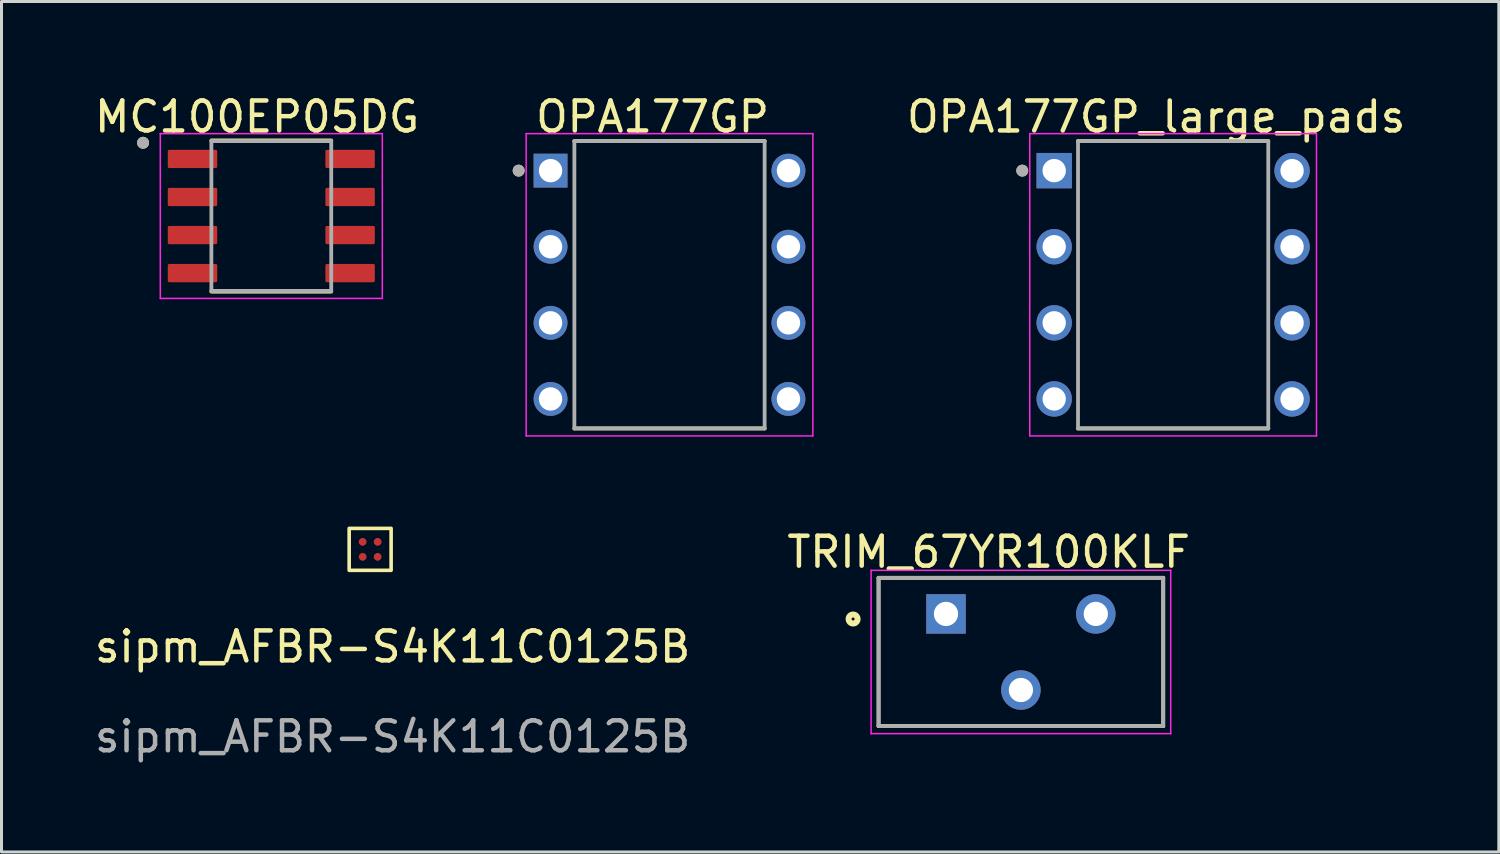
<source format=kicad_pcb>
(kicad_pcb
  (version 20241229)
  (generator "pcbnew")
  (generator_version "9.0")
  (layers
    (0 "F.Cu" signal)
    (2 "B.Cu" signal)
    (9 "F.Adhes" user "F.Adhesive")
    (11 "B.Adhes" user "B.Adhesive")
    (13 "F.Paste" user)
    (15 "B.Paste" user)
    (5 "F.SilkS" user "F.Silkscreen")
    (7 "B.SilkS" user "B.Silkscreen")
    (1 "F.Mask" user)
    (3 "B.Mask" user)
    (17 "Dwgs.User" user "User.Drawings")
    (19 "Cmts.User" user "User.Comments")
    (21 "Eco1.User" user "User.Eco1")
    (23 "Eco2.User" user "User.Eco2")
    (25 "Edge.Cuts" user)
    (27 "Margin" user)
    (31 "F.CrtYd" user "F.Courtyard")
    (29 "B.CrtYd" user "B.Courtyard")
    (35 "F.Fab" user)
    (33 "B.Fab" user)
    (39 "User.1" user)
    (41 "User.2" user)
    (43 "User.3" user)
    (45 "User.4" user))
  (footprint "OPA177GP"
    (layer "F.Cu")
    (at 19.295 6.455)
    (property "Reference" "OPA177GP" (at -0.565 -5.607 0) (layer "F.SilkS") (effects (font (size 1 1) (thickness 0.15))))
    (attr through_hole)
    (fp_line (start -3.175 -4.795) (end 3.175 -4.795) (stroke (width 0.127) (type solid)) (layer "F.SilkS"))
    (fp_line (start -3.175 4.795) (end 3.175 4.795) (stroke (width 0.127) (type solid)) (layer "F.SilkS"))
    (fp_circle (center -5.035 -3.81) (end -4.935 -3.81) (stroke (width 0.2) (type solid)) (fill no) (layer "F.SilkS"))
    (fp_line (start -4.785 -5.045) (end -4.785 5.045) (stroke (width 0.05) (type solid)) (layer "F.CrtYd"))
    (fp_line (start 4.785 -5.045) (end -4.785 -5.045) (stroke (width 0.05) (type solid)) (layer "F.CrtYd"))
    (fp_line (start 4.785 -5.045) (end 4.785 5.045) (stroke (width 0.05) (type solid)) (layer "F.CrtYd"))
    (fp_line (start 4.785 5.045) (end -4.785 5.045) (stroke (width 0.05) (type solid)) (layer "F.CrtYd"))
    (fp_line (start -3.175 -4.795) (end -3.175 4.795) (stroke (width 0.127) (type solid)) (layer "F.Fab"))
    (fp_line (start -3.175 -4.795) (end 3.175 -4.795) (stroke (width 0.127) (type solid)) (layer "F.Fab"))
    (fp_line (start -3.175 4.795) (end 3.175 4.795) (stroke (width 0.127) (type solid)) (layer "F.Fab"))
    (fp_line (start 3.175 -4.795) (end 3.175 4.795) (stroke (width 0.127) (type solid)) (layer "F.Fab"))
    (fp_circle (center -5.035 -3.81) (end -4.935 -3.81) (stroke (width 0.2) (type solid)) (fill no) (layer "F.Fab"))
    (pad "1" thru_hole rect (at -3.97 -3.81) (size 1.13 1.13) (drill 0.78) (layers "*.Cu" "*.Mask"))
    (pad "2" thru_hole circle (at -3.97 -1.27) (size 1.13 1.13) (drill 0.78) (layers "*.Cu" "*.Mask"))
    (pad "3" thru_hole circle (at -3.97 1.27) (size 1.13 1.13) (drill 0.78) (layers "*.Cu" "*.Mask"))
    (pad "4" thru_hole circle (at -3.97 3.81) (size 1.13 1.13) (drill 0.78) (layers "*.Cu" "*.Mask"))
    (pad "5" thru_hole circle (at 3.97 3.81) (size 1.13 1.13) (drill 0.78) (layers "*.Cu" "*.Mask"))
    (pad "6" thru_hole circle (at 3.97 1.27) (size 1.13 1.13) (drill 0.78) (layers "*.Cu" "*.Mask"))
    (pad "7" thru_hole circle (at 3.97 -1.27) (size 1.13 1.13) (drill 0.78) (layers "*.Cu" "*.Mask"))
    (pad "8" thru_hole circle (at 3.97 -3.81) (size 1.13 1.13) (drill 0.78) (layers "*.Cu" "*.Mask")))
  (footprint "TRIM_67YR100KLF"
    (layer "F.Cu")
    (at 31.023 18.71)
    (property "Reference" "TRIM_67YR100KLF" (at -1.075 -3.336 0) (layer "F.SilkS") (effects (font (size 1 1) (thickness 0.15))))
    (attr through_hole)
    (fp_line (start -4.75 2.475) (end -4.75 -2.475) (stroke (width 0.127) (type solid)) (layer "F.SilkS"))
    (fp_line (start 4.75 -2.475) (end -4.75 -2.475) (stroke (width 0.127) (type solid)) (layer "F.SilkS"))
    (fp_line (start 4.75 2.475) (end -4.75 2.475) (stroke (width 0.127) (type solid)) (layer "F.SilkS"))
    (fp_line (start 4.75 2.475) (end 4.75 -2.475) (stroke (width 0.127) (type solid)) (layer "F.SilkS"))
    (fp_circle (center -5.6 -1.1) (end -5.45 -1.1) (stroke (width 0.2) (type solid)) (fill no) (layer "F.SilkS"))
    (fp_line (start -5 -2.725) (end 5 -2.725) (stroke (width 0.05) (type solid)) (layer "F.CrtYd"))
    (fp_line (start -5 2.725) (end -5 -2.725) (stroke (width 0.05) (type solid)) (layer "F.CrtYd"))
    (fp_line (start 5 -2.725) (end 5 2.725) (stroke (width 0.05) (type solid)) (layer "F.CrtYd"))
    (fp_line (start 5 2.725) (end -5 2.725) (stroke (width 0.05) (type solid)) (layer "F.CrtYd"))
    (fp_line (start -4.75 2.475) (end -4.75 -2.475) (stroke (width 0.127) (type solid)) (layer "F.Fab"))
    (fp_line (start 4.75 -2.475) (end -4.75 -2.475) (stroke (width 0.127) (type solid)) (layer "F.Fab"))
    (fp_line (start 4.75 2.475) (end -4.75 2.475) (stroke (width 0.127) (type solid)) (layer "F.Fab"))
    (fp_line (start 4.75 2.475) (end 4.75 -2.475) (stroke (width 0.127) (type solid)) (layer "F.Fab"))
    (pad "1" thru_hole rect (at -2.5 -1.27) (size 1.318 1.318) (drill 0.81) (layers "*.Cu" "*.Mask"))
    (pad "2" thru_hole circle (at 0 1.27) (size 1.318 1.318) (drill 0.81) (layers "*.Cu" "*.Mask"))
    (pad "3" thru_hole circle (at 2.5 -1.27) (size 1.318 1.318) (drill 0.81) (layers "*.Cu" "*.Mask")))
  (footprint "MC100EP05DG"
    (layer "F.Cu")
    (at 6.005 4.16)
    (property "Reference" "MC100EP05DG" (at -0.475 -3.312 0) (layer "F.SilkS") (effects (font (size 1 1) (thickness 0.15))))
    (attr smd)
    (fp_line (start -2 -2.523) (end 2 -2.523) (stroke (width 0.127) (type solid)) (layer "F.SilkS"))
    (fp_line (start -2 2.523) (end 2 2.523) (stroke (width 0.127) (type solid)) (layer "F.SilkS"))
    (fp_circle (center -4.28 -2.445) (end -4.18 -2.445) (stroke (width 0.2) (type solid)) (fill no) (layer "F.SilkS"))
    (fp_line (start -3.705 -2.75) (end -3.705 2.75) (stroke (width 0.05) (type solid)) (layer "F.CrtYd"))
    (fp_line (start -3.705 -2.75) (end 3.705 -2.75) (stroke (width 0.05) (type solid)) (layer "F.CrtYd"))
    (fp_line (start -3.705 2.75) (end 3.705 2.75) (stroke (width 0.05) (type solid)) (layer "F.CrtYd"))
    (fp_line (start 3.705 -2.75) (end 3.705 2.75) (stroke (width 0.05) (type solid)) (layer "F.CrtYd"))
    (fp_line (start -2 -2.5) (end -2 2.5) (stroke (width 0.127) (type solid)) (layer "F.Fab"))
    (fp_line (start -2 -2.5) (end 2 -2.5) (stroke (width 0.127) (type solid)) (layer "F.Fab"))
    (fp_line (start -2 2.5) (end 2 2.5) (stroke (width 0.127) (type solid)) (layer "F.Fab"))
    (fp_line (start 2 -2.5) (end 2 2.5) (stroke (width 0.127) (type solid)) (layer "F.Fab"))
    (fp_circle (center -4.28 -2.445) (end -4.18 -2.445) (stroke (width 0.2) (type solid)) (fill no) (layer "F.Fab"))
    (pad "1" smd roundrect (at -2.63 -1.905) (size 1.65 0.61) (layers "F.Cu" "F.Mask" "F.Paste") (roundrect_rratio 0.08))
    (pad "2" smd roundrect (at -2.63 -0.635) (size 1.65 0.61) (layers "F.Cu" "F.Mask" "F.Paste") (roundrect_rratio 0.08))
    (pad "3" smd roundrect (at -2.63 0.635) (size 1.65 0.61) (layers "F.Cu" "F.Mask" "F.Paste") (roundrect_rratio 0.08))
    (pad "4" smd roundrect (at -2.63 1.905) (size 1.65 0.61) (layers "F.Cu" "F.Mask" "F.Paste") (roundrect_rratio 0.08))
    (pad "5" smd roundrect (at 2.63 1.905) (size 1.65 0.61) (layers "F.Cu" "F.Mask" "F.Paste") (roundrect_rratio 0.08))
    (pad "6" smd roundrect (at 2.63 0.635) (size 1.65 0.61) (layers "F.Cu" "F.Mask" "F.Paste") (roundrect_rratio 0.08))
    (pad "7" smd roundrect (at 2.63 -0.635) (size 1.65 0.61) (layers "F.Cu" "F.Mask" "F.Paste") (roundrect_rratio 0.08))
    (pad "8" smd roundrect (at 2.63 -1.905) (size 1.65 0.61) (layers "F.Cu" "F.Mask" "F.Paste") (roundrect_rratio 0.08)))
  (footprint "OPA177GP_large_pads"
    (layer "F.Cu")
    (at 36.104 6.455)
    (property "Reference" "OPA177GP_large_pads" (at -0.565 -5.607 0) (layer "F.SilkS") (effects (font (size 1 1) (thickness 0.15))))
    (attr through_hole)
    (fp_line (start -3.175 -4.795) (end 3.175 -4.795) (stroke (width 0.127) (type solid)) (layer "F.SilkS"))
    (fp_line (start -3.175 4.795) (end 3.175 4.795) (stroke (width 0.127) (type solid)) (layer "F.SilkS"))
    (fp_circle (center -5.035 -3.81) (end -4.935 -3.81) (stroke (width 0.2) (type solid)) (fill no) (layer "F.SilkS"))
    (fp_line (start -4.785 -5.045) (end -4.785 5.045) (stroke (width 0.05) (type solid)) (layer "F.CrtYd"))
    (fp_line (start 4.785 -5.045) (end -4.785 -5.045) (stroke (width 0.05) (type solid)) (layer "F.CrtYd"))
    (fp_line (start 4.785 -5.045) (end 4.785 5.045) (stroke (width 0.05) (type solid)) (layer "F.CrtYd"))
    (fp_line (start 4.785 5.045) (end -4.785 5.045) (stroke (width 0.05) (type solid)) (layer "F.CrtYd"))
    (fp_line (start -3.175 -4.795) (end -3.175 4.795) (stroke (width 0.127) (type solid)) (layer "F.Fab"))
    (fp_line (start -3.175 -4.795) (end 3.175 -4.795) (stroke (width 0.127) (type solid)) (layer "F.Fab"))
    (fp_line (start -3.175 4.795) (end 3.175 4.795) (stroke (width 0.127) (type solid)) (layer "F.Fab"))
    (fp_line (start 3.175 -4.795) (end 3.175 4.795) (stroke (width 0.127) (type solid)) (layer "F.Fab"))
    (fp_circle (center -5.035 -3.81) (end -4.935 -3.81) (stroke (width 0.2) (type solid)) (fill no) (layer "F.Fab"))
    (pad "1" thru_hole rect (at -3.97 -3.81) (size 1.18 1.18) (drill 0.78) (layers "*.Cu" "*.Mask"))
    (pad "2" thru_hole circle (at -3.97 -1.27) (size 1.18 1.18) (drill 0.78) (layers "*.Cu" "*.Mask"))
    (pad "3" thru_hole circle (at -3.97 1.27) (size 1.18 1.18) (drill 0.78) (layers "*.Cu" "*.Mask"))
    (pad "4" thru_hole circle (at -3.97 3.81) (size 1.18 1.18) (drill 0.78) (layers "*.Cu" "*.Mask"))
    (pad "5" thru_hole circle (at 3.97 3.81) (size 1.18 1.18) (drill 0.78) (layers "*.Cu" "*.Mask"))
    (pad "6" thru_hole circle (at 3.97 1.27) (size 1.18 1.18) (drill 0.78) (layers "*.Cu" "*.Mask"))
    (pad "7" thru_hole circle (at 3.97 -1.27) (size 1.18 1.18) (drill 0.78) (layers "*.Cu" "*.Mask"))
    (pad "8" thru_hole circle (at 3.97 -3.81) (size 1.18 1.18) (drill 0.78) (layers "*.Cu" "*.Mask")))
  (footprint "sipm_AFBR-S4K11C0125B"
    (layer "F.Cu")
    (at 10.054 19.035)
    (property "Reference" "sipm_AFBR-S4K11C0125B" (at 0 -0.5 0) (unlocked yes) (layer "F.SilkS") (effects (font (size 1 1) (thickness 0.15))))
    (attr smd)
    (fp_rect (start -1.45 -4.45) (end -0.05 -3.05) (stroke (width 0.12) (type solid)) (fill no) (layer "F.SilkS"))
    (fp_text user "${REFERENCE}" (at 0 2.5 0) (unlocked yes) (layer "F.Fab") (effects (font (size 1 1) (thickness 0.15))))
    (pad "1" smd circle (at -1 -4) (size 0.26 0.26) (layers "F.Cu" "F.Mask" "F.Paste"))
    (pad "2" smd circle (at -1 -3.5) (size 0.26 0.26) (layers "F.Cu" "F.Mask" "F.Paste"))
    (pad "3" smd circle (at -0.5 -4) (size 0.26 0.26) (layers "F.Cu" "F.Mask" "F.Paste"))
    (pad "4" smd circle (at -0.5 -3.5) (size 0.26 0.26) (layers "F.Cu" "F.Mask" "F.Paste")))
  (gr_rect
    (start -3 -3)
    (end 46.974 25.384)
    (stroke (width 0.1) (type default))
    (fill no)
    (layer "Edge.Cuts")))
</source>
